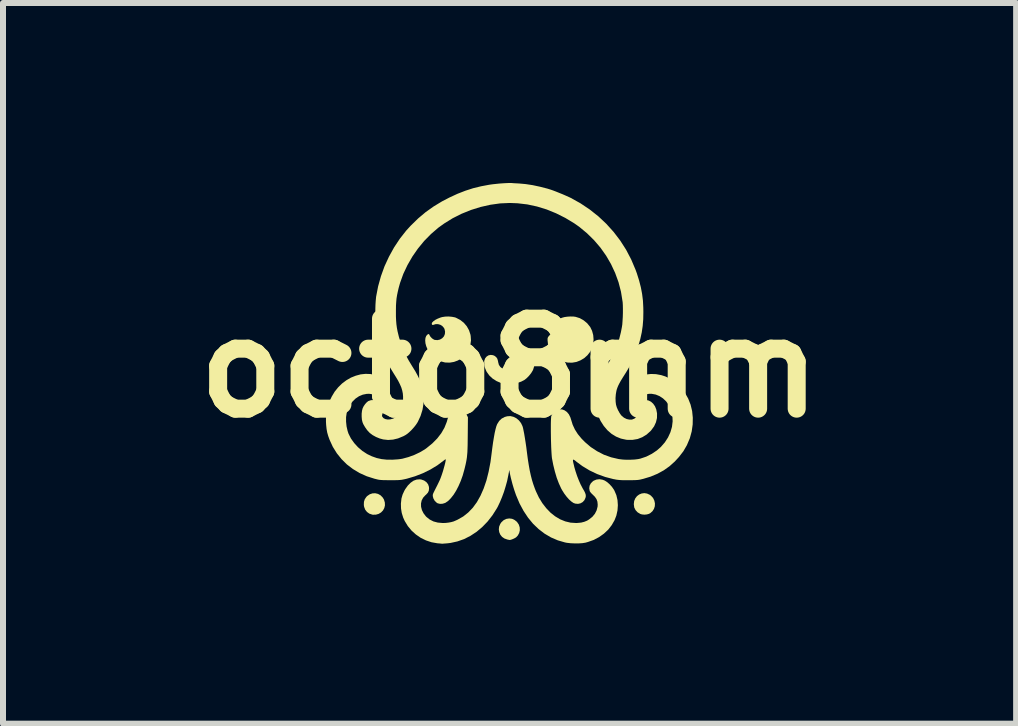
<source format=kicad_pcb>
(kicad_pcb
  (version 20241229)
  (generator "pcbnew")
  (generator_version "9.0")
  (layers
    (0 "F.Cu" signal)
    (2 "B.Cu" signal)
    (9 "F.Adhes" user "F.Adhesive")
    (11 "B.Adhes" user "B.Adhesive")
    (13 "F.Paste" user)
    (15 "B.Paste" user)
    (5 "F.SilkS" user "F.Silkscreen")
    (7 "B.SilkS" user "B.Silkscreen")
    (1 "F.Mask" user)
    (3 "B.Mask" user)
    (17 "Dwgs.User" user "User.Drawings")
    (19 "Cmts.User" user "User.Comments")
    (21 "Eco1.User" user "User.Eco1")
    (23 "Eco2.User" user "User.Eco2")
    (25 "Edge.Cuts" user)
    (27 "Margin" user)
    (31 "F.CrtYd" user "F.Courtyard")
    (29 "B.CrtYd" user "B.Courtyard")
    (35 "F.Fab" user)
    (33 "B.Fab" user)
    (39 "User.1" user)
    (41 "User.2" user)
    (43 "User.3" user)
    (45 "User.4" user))
  (footprint "octo8mm"
    (layer "F.Cu")
    (at 5.443 3.083)
    (property "Reference" "octo8mm" (at 0 0 0) (layer "F.SilkS") (effects (font (size 1.5 1.5) (thickness 0.3))))
    (attr board_only exclude_from_pos_files exclude_from_bom)
    (fp_poly (pts (xy -2.192 2.099) (xy -2.151 2.122) (xy -2.116 2.157) (xy -2.094 2.192) (xy -2.079 2.242) (xy -2.077 2.29) (xy -2.088 2.335) (xy -2.11 2.375) (xy -2.142 2.408) (xy -2.182 2.432) (xy -2.228 2.445) (xy -2.279 2.446) (xy -2.289 2.444) (xy -2.337 2.428) (xy -2.376 2.4) (xy -2.406 2.362) (xy -2.424 2.315) (xy -2.429 2.284) (xy -2.427 2.231) (xy -2.413 2.187) (xy -2.386 2.148) (xy -2.372 2.134) (xy -2.33 2.105) (xy -2.284 2.09) (xy -2.238 2.088)) (stroke (width 0) (type solid)) (fill yes) (layer "F.SilkS"))
    (fp_poly (pts (xy 2.291 2.093) (xy 2.335 2.113) (xy 2.357 2.129) (xy 2.392 2.167) (xy 2.413 2.211) (xy 2.423 2.257) (xy 2.421 2.304) (xy 2.407 2.348) (xy 2.382 2.387) (xy 2.346 2.419) (xy 2.324 2.431) (xy 2.289 2.441) (xy 2.247 2.445) (xy 2.207 2.441) (xy 2.181 2.434) (xy 2.134 2.406) (xy 2.1 2.369) (xy 2.078 2.325) (xy 2.071 2.272) (xy 2.071 2.268) (xy 2.077 2.217) (xy 2.096 2.172) (xy 2.124 2.136) (xy 2.16 2.109) (xy 2.201 2.092) (xy 2.246 2.086)) (stroke (width 0) (type solid)) (fill yes) (layer "F.SilkS"))
    (fp_poly (pts (xy 0.042 2.514) (xy 0.086 2.535) (xy 0.126 2.568) (xy 0.126 2.569) (xy 0.154 2.61) (xy 0.169 2.657) (xy 0.171 2.705) (xy 0.16 2.751) (xy 0.137 2.793) (xy 0.111 2.821) (xy 0.091 2.834) (xy 0.065 2.847) (xy 0.038 2.858) (xy 0.015 2.865) (xy 0.001 2.867) (xy -0.009 2.865) (xy -0.029 2.861) (xy -0.038 2.859) (xy -0.086 2.842) (xy -0.125 2.815) (xy -0.154 2.779) (xy -0.172 2.737) (xy -0.179 2.692) (xy -0.174 2.645) (xy -0.155 2.599) (xy -0.134 2.569) (xy -0.096 2.535) (xy -0.052 2.515) (xy -0.005 2.508)) (stroke (width 0) (type solid)) (fill yes) (layer "F.SilkS"))
    (fp_poly (pts (xy -0.276 -0.213) (xy -0.25 -0.202) (xy -0.223 -0.181) (xy -0.204 -0.154) (xy -0.193 -0.116) (xy -0.19 -0.097) (xy -0.178 -0.052) (xy -0.153 -0.016) (xy -0.117 0.011) (xy -0.069 0.028) (xy -0.012 0.035) (xy -0.004 0.035) (xy 0.056 0.03) (xy 0.105 0.012) (xy 0.145 -0.016) (xy 0.148 -0.019) (xy 0.165 -0.039) (xy 0.175 -0.061) (xy 0.181 -0.092) (xy 0.181 -0.094) (xy 0.19 -0.14) (xy 0.205 -0.173) (xy 0.227 -0.197) (xy 0.237 -0.203) (xy 0.273 -0.217) (xy 0.311 -0.217) (xy 0.348 -0.205) (xy 0.379 -0.181) (xy 0.398 -0.156) (xy 0.411 -0.119) (xy 0.414 -0.073) (xy 0.409 -0.024) (xy 0.394 0.025) (xy 0.386 0.043) (xy 0.359 0.087) (xy 0.323 0.132) (xy 0.282 0.173) (xy 0.244 0.202) (xy 0.193 0.228) (xy 0.133 0.249) (xy 0.068 0.264) (xy 0.004 0.271) (xy -0.055 0.27) (xy -0.066 0.269) (xy -0.144 0.25) (xy -0.216 0.219) (xy -0.281 0.178) (xy -0.336 0.127) (xy -0.378 0.069) (xy -0.386 0.056) (xy -0.409 0.001) (xy -0.421 -0.054) (xy -0.423 -0.105) (xy -0.422 -0.118) (xy -0.408 -0.159) (xy -0.384 -0.189) (xy -0.352 -0.21) (xy -0.315 -0.218)) (stroke (width 0) (type solid)) (fill yes) (layer "F.SilkS"))
    (fp_poly (pts (xy -0.96 -0.853) (xy -0.909 -0.843) (xy -0.891 -0.836) (xy -0.822 -0.8) (xy -0.762 -0.753) (xy -0.713 -0.695) (xy -0.676 -0.629) (xy -0.652 -0.556) (xy -0.648 -0.533) (xy -0.643 -0.459) (xy -0.653 -0.388) (xy -0.675 -0.321) (xy -0.708 -0.26) (xy -0.751 -0.206) (xy -0.802 -0.161) (xy -0.861 -0.125) (xy -0.926 -0.101) (xy -0.996 -0.089) (xy -1.068 -0.091) (xy -1.086 -0.094) (xy -1.16 -0.114) (xy -1.226 -0.148) (xy -1.285 -0.196) (xy -1.305 -0.218) (xy -1.341 -0.263) (xy -1.368 -0.312) (xy -1.389 -0.363) (xy -1.402 -0.412) (xy -1.406 -0.459) (xy -1.402 -0.5) (xy -1.389 -0.534) (xy -1.367 -0.558) (xy -1.36 -0.562) (xy -1.348 -0.566) (xy -1.34 -0.56) (xy -1.335 -0.549) (xy -1.318 -0.52) (xy -1.292 -0.493) (xy -1.261 -0.473) (xy -1.248 -0.468) (xy -1.204 -0.464) (xy -1.161 -0.473) (xy -1.123 -0.495) (xy -1.093 -0.528) (xy -1.093 -0.529) (xy -1.078 -0.566) (xy -1.075 -0.607) (xy -1.084 -0.648) (xy -1.093 -0.667) (xy -1.12 -0.698) (xy -1.155 -0.72) (xy -1.194 -0.731) (xy -1.233 -0.73) (xy -1.25 -0.725) (xy -1.276 -0.717) (xy -1.291 -0.72) (xy -1.297 -0.734) (xy -1.297 -0.738) (xy -1.29 -0.758) (xy -1.269 -0.779) (xy -1.239 -0.801) (xy -1.2 -0.821) (xy -1.155 -0.839) (xy -1.125 -0.848) (xy -1.074 -0.856) (xy -1.017 -0.858)) (stroke (width 0) (type solid)) (fill yes) (layer "F.SilkS"))
    (fp_poly (pts (xy 1.066 -0.857) (xy 1.101 -0.852) (xy 1.171 -0.83) (xy 1.236 -0.793) (xy 1.293 -0.746) (xy 1.34 -0.688) (xy 1.344 -0.683) (xy 1.375 -0.619) (xy 1.394 -0.549) (xy 1.4 -0.477) (xy 1.394 -0.404) (xy 1.375 -0.334) (xy 1.344 -0.271) (xy 1.298 -0.212) (xy 1.243 -0.163) (xy 1.18 -0.126) (xy 1.112 -0.1) (xy 1.042 -0.088) (xy 0.97 -0.09) (xy 0.934 -0.097) (xy 0.867 -0.119) (xy 0.809 -0.152) (xy 0.755 -0.198) (xy 0.751 -0.201) (xy 0.699 -0.264) (xy 0.662 -0.329) (xy 0.64 -0.399) (xy 0.633 -0.466) (xy 0.634 -0.494) (xy 0.641 -0.514) (xy 0.656 -0.533) (xy 0.657 -0.535) (xy 0.673 -0.551) (xy 0.685 -0.561) (xy 0.688 -0.563) (xy 0.695 -0.556) (xy 0.704 -0.54) (xy 0.706 -0.537) (xy 0.728 -0.504) (xy 0.759 -0.48) (xy 0.797 -0.466) (xy 0.836 -0.464) (xy 0.851 -0.468) (xy 0.893 -0.487) (xy 0.925 -0.516) (xy 0.946 -0.553) (xy 0.953 -0.594) (xy 0.946 -0.639) (xy 0.925 -0.678) (xy 0.893 -0.708) (xy 0.851 -0.728) (xy 0.825 -0.733) (xy 0.799 -0.73) (xy 0.789 -0.727) (xy 0.766 -0.721) (xy 0.752 -0.722) (xy 0.748 -0.725) (xy 0.744 -0.739) (xy 0.752 -0.758) (xy 0.771 -0.778) (xy 0.8 -0.799) (xy 0.836 -0.82) (xy 0.874 -0.837) (xy 0.914 -0.848) (xy 0.963 -0.855) (xy 1.016 -0.858)) (stroke (width 0) (type solid)) (fill yes) (layer "F.SilkS"))
    (fp_poly (pts (xy 2.44 0.103) (xy 2.527 0.119) (xy 2.596 0.141) (xy 2.651 0.167) (xy 2.71 0.204) (xy 2.77 0.249) (xy 2.827 0.301) (xy 2.878 0.355) (xy 2.92 0.41) (xy 2.923 0.414) (xy 2.977 0.51) (xy 3.017 0.611) (xy 3.043 0.718) (xy 3.054 0.829) (xy 3.052 0.942) (xy 3.036 1.056) (xy 3.005 1.17) (xy 3 1.182) (xy 2.955 1.288) (xy 2.897 1.388) (xy 2.823 1.484) (xy 2.754 1.559) (xy 2.666 1.638) (xy 2.57 1.706) (xy 2.466 1.763) (xy 2.351 1.811) (xy 2.225 1.849) (xy 2.211 1.852) (xy 2.183 1.859) (xy 2.157 1.864) (xy 2.13 1.867) (xy 2.098 1.869) (xy 2.059 1.87) (xy 2.008 1.871) (xy 1.981 1.871) (xy 1.923 1.871) (xy 1.877 1.87) (xy 1.84 1.868) (xy 1.808 1.865) (xy 1.777 1.861) (xy 1.743 1.854) (xy 1.734 1.853) (xy 1.595 1.817) (xy 1.46 1.768) (xy 1.332 1.707) (xy 1.213 1.635) (xy 1.117 1.564) (xy 1.092 1.543) (xy 1.073 1.531) (xy 1.062 1.527) (xy 1.057 1.534) (xy 1.057 1.553) (xy 1.063 1.583) (xy 1.074 1.628) (xy 1.078 1.647) (xy 1.1 1.723) (xy 1.126 1.801) (xy 1.155 1.875) (xy 1.185 1.943) (xy 1.215 2) (xy 1.218 2.006) (xy 1.244 2.05) (xy 1.26 2.084) (xy 1.269 2.112) (xy 1.271 2.137) (xy 1.266 2.162) (xy 1.248 2.203) (xy 1.219 2.235) (xy 1.182 2.256) (xy 1.141 2.265) (xy 1.096 2.261) (xy 1.065 2.25) (xy 1.03 2.226) (xy 0.991 2.191) (xy 0.951 2.146) (xy 0.912 2.094) (xy 0.876 2.037) (xy 0.86 2.008) (xy 0.822 1.925) (xy 0.786 1.83) (xy 0.755 1.725) (xy 0.728 1.615) (xy 0.706 1.501) (xy 0.706 1.5) (xy 0.703 1.471) (xy 0.7 1.43) (xy 0.697 1.379) (xy 0.694 1.321) (xy 0.692 1.258) (xy 0.69 1.192) (xy 0.689 1.124) (xy 0.688 1.058) (xy 0.688 0.995) (xy 0.688 0.937) (xy 0.689 0.887) (xy 0.691 0.846) (xy 0.693 0.817) (xy 0.695 0.803) (xy 0.713 0.767) (xy 0.741 0.733) (xy 0.775 0.707) (xy 0.785 0.702) (xy 0.831 0.689) (xy 0.875 0.691) (xy 0.917 0.706) (xy 0.955 0.733) (xy 0.988 0.772) (xy 1.013 0.822) (xy 1.026 0.863) (xy 1.052 0.947) (xy 1.089 1.026) (xy 1.138 1.103) (xy 1.2 1.178) (xy 1.256 1.235) (xy 1.353 1.318) (xy 1.46 1.388) (xy 1.573 1.446) (xy 1.693 1.489) (xy 1.818 1.518) (xy 1.832 1.52) (xy 1.891 1.527) (xy 1.955 1.53) (xy 2.022 1.529) (xy 2.085 1.526) (xy 2.142 1.519) (xy 2.18 1.511) (xy 2.278 1.478) (xy 2.371 1.431) (xy 2.456 1.374) (xy 2.521 1.317) (xy 2.588 1.24) (xy 2.641 1.158) (xy 2.681 1.071) (xy 2.707 0.981) (xy 2.718 0.889) (xy 2.714 0.797) (xy 2.707 0.752) (xy 2.685 0.68) (xy 2.652 0.614) (xy 2.609 0.556) (xy 2.557 0.507) (xy 2.499 0.469) (xy 2.436 0.443) (xy 2.371 0.431) (xy 2.342 0.43) (xy 2.317 0.432) (xy 2.29 0.437) (xy 2.257 0.447) (xy 2.239 0.453) (xy 2.188 0.468) (xy 2.148 0.475) (xy 2.114 0.473) (xy 2.085 0.462) (xy 2.067 0.45) (xy 2.034 0.416) (xy 2.014 0.377) (xy 2.008 0.334) (xy 2.016 0.29) (xy 2.037 0.247) (xy 2.072 0.206) (xy 2.073 0.206) (xy 2.132 0.162) (xy 2.2 0.129) (xy 2.275 0.109) (xy 2.356 0.1)) (stroke (width 0) (type solid)) (fill yes) (layer "F.SilkS"))
    (fp_poly (pts (xy -2.32 0.101) (xy -2.242 0.117) (xy -2.168 0.147) (xy -2.145 0.16) (xy -2.095 0.194) (xy -2.059 0.228) (xy -2.034 0.265) (xy -2.031 0.27) (xy -2.018 0.313) (xy -2.019 0.356) (xy -2.032 0.396) (xy -2.056 0.431) (xy -2.09 0.457) (xy -2.131 0.473) (xy -2.14 0.474) (xy -2.162 0.475) (xy -2.189 0.471) (xy -2.225 0.46) (xy -2.247 0.453) (xy -2.284 0.441) (xy -2.312 0.434) (xy -2.336 0.431) (xy -2.361 0.431) (xy -2.382 0.432) (xy -2.447 0.445) (xy -2.509 0.471) (xy -2.567 0.51) (xy -2.618 0.56) (xy -2.661 0.62) (xy -2.695 0.687) (xy -2.715 0.751) (xy -2.725 0.819) (xy -2.725 0.895) (xy -2.717 0.973) (xy -2.7 1.048) (xy -2.684 1.096) (xy -2.644 1.175) (xy -2.59 1.251) (xy -2.526 1.321) (xy -2.453 1.383) (xy -2.373 1.435) (xy -2.296 1.472) (xy -2.214 1.501) (xy -2.133 1.519) (xy -2.049 1.528) (xy -1.956 1.529) (xy -1.953 1.529) (xy -1.907 1.526) (xy -1.861 1.523) (xy -1.82 1.518) (xy -1.789 1.513) (xy -1.785 1.512) (xy -1.685 1.485) (xy -1.587 1.449) (xy -1.494 1.405) (xy -1.411 1.356) (xy -1.385 1.337) (xy -1.287 1.257) (xy -1.205 1.174) (xy -1.138 1.087) (xy -1.085 0.995) (xy -1.047 0.9) (xy -1.042 0.883) (xy -1.032 0.847) (xy -1.021 0.815) (xy -1.011 0.789) (xy -1.008 0.781) (xy -0.979 0.741) (xy -0.942 0.711) (xy -0.899 0.693) (xy -0.853 0.688) (xy -0.807 0.697) (xy -0.799 0.7) (xy -0.764 0.719) (xy -0.736 0.747) (xy -0.713 0.784) (xy -0.694 0.822) (xy -0.697 1.132) (xy -0.698 1.217) (xy -0.699 1.29) (xy -0.701 1.351) (xy -0.703 1.403) (xy -0.707 1.448) (xy -0.711 1.49) (xy -0.717 1.529) (xy -0.724 1.568) (xy -0.733 1.61) (xy -0.744 1.656) (xy -0.754 1.696) (xy -0.781 1.792) (xy -0.814 1.884) (xy -0.851 1.969) (xy -0.891 2.046) (xy -0.933 2.113) (xy -0.978 2.17) (xy -1.022 2.215) (xy -1.067 2.246) (xy -1.075 2.25) (xy -1.117 2.263) (xy -1.159 2.265) (xy -1.197 2.256) (xy -1.212 2.248) (xy -1.247 2.215) (xy -1.27 2.174) (xy -1.278 2.144) (xy -1.28 2.124) (xy -1.278 2.106) (xy -1.27 2.085) (xy -1.256 2.057) (xy -1.254 2.052) (xy -1.223 1.991) (xy -1.198 1.941) (xy -1.178 1.9) (xy -1.161 1.864) (xy -1.148 1.831) (xy -1.136 1.798) (xy -1.124 1.763) (xy -1.109 1.717) (xy -1.096 1.67) (xy -1.083 1.624) (xy -1.073 1.584) (xy -1.066 1.551) (xy -1.063 1.529) (xy -1.063 1.526) (xy -1.067 1.523) (xy -1.081 1.53) (xy -1.1 1.545) (xy -1.204 1.623) (xy -1.32 1.693) (xy -1.444 1.754) (xy -1.575 1.805) (xy -1.71 1.845) (xy -1.744 1.853) (xy -1.773 1.859) (xy -1.8 1.864) (xy -1.828 1.867) (xy -1.859 1.869) (xy -1.898 1.87) (xy -1.947 1.871) (xy -1.992 1.871) (xy -2.049 1.87) (xy -2.092 1.87) (xy -2.126 1.868) (xy -2.154 1.866) (xy -2.179 1.863) (xy -2.203 1.858) (xy -2.23 1.851) (xy -2.251 1.846) (xy -2.38 1.805) (xy -2.5 1.751) (xy -2.61 1.685) (xy -2.711 1.608) (xy -2.8 1.52) (xy -2.879 1.422) (xy -2.946 1.314) (xy -2.999 1.199) (xy -3.022 1.136) (xy -3.039 1.077) (xy -3.05 1.017) (xy -3.057 0.95) (xy -3.06 0.898) (xy -3.06 0.807) (xy -3.051 0.722) (xy -3.032 0.641) (xy -3.003 0.559) (xy -2.964 0.477) (xy -2.915 0.395) (xy -2.857 0.323) (xy -2.792 0.259) (xy -2.72 0.205) (xy -2.644 0.161) (xy -2.564 0.129) (xy -2.483 0.107) (xy -2.401 0.098)) (stroke (width 0) (type solid)) (fill yes) (layer "F.SilkS"))
    (fp_poly (pts (xy 0.065 0.814) (xy 0.113 0.838) (xy 0.156 0.874) (xy 0.191 0.919) (xy 0.215 0.969) (xy 0.224 0.999) (xy 0.233 1.043) (xy 0.244 1.098) (xy 0.255 1.165) (xy 0.267 1.24) (xy 0.279 1.322) (xy 0.289 1.402) (xy 0.304 1.517) (xy 0.32 1.618) (xy 0.336 1.708) (xy 0.354 1.79) (xy 0.373 1.865) (xy 0.395 1.936) (xy 0.42 2.006) (xy 0.438 2.052) (xy 0.488 2.158) (xy 0.546 2.253) (xy 0.612 2.338) (xy 0.683 2.412) (xy 0.76 2.473) (xy 0.842 2.522) (xy 0.928 2.557) (xy 1.016 2.578) (xy 1.107 2.584) (xy 1.133 2.583) (xy 1.194 2.577) (xy 1.245 2.564) (xy 1.292 2.545) (xy 1.326 2.524) (xy 1.38 2.481) (xy 1.422 2.43) (xy 1.451 2.373) (xy 1.467 2.311) (xy 1.469 2.277) (xy 1.464 2.228) (xy 1.449 2.186) (xy 1.422 2.147) (xy 1.39 2.115) (xy 1.367 2.093) (xy 1.348 2.071) (xy 1.337 2.054) (xy 1.336 2.052) (xy 1.328 2.006) (xy 1.334 1.962) (xy 1.355 1.922) (xy 1.388 1.889) (xy 1.402 1.879) (xy 1.448 1.86) (xy 1.499 1.854) (xy 1.551 1.863) (xy 1.587 1.877) (xy 1.626 1.902) (xy 1.667 1.938) (xy 1.706 1.981) (xy 1.738 2.027) (xy 1.748 2.045) (xy 1.78 2.12) (xy 1.799 2.202) (xy 1.805 2.287) (xy 1.799 2.374) (xy 1.78 2.46) (xy 1.75 2.537) (xy 1.703 2.619) (xy 1.644 2.695) (xy 1.572 2.762) (xy 1.492 2.819) (xy 1.403 2.866) (xy 1.307 2.9) (xy 1.264 2.912) (xy 1.212 2.92) (xy 1.15 2.924) (xy 1.083 2.924) (xy 1.016 2.921) (xy 0.955 2.914) (xy 0.924 2.908) (xy 0.804 2.873) (xy 0.69 2.824) (xy 0.583 2.761) (xy 0.484 2.685) (xy 0.392 2.597) (xy 0.308 2.495) (xy 0.233 2.382) (xy 0.166 2.257) (xy 0.108 2.12) (xy 0.08 2.039) (xy 0.064 1.988) (xy 0.048 1.934) (xy 0.034 1.88) (xy 0.021 1.83) (xy 0.011 1.784) (xy 0.003 1.748) (xy 0.000145 1.723) (xy 0 1.719) (xy -0.001 1.705) (xy -0.003 1.705) (xy -0.007 1.719) (xy -0.013 1.747) (xy -0.021 1.79) (xy -0.023 1.798) (xy -0.04 1.882) (xy -0.065 1.972) (xy -0.093 2.064) (xy -0.126 2.153) (xy -0.161 2.237) (xy -0.196 2.311) (xy -0.212 2.34) (xy -0.285 2.455) (xy -0.366 2.559) (xy -0.455 2.651) (xy -0.55 2.731) (xy -0.652 2.798) (xy -0.758 2.852) (xy -0.869 2.891) (xy -0.982 2.916) (xy -1.03 2.922) (xy -1.065 2.925) (xy -1.096 2.927) (xy -1.117 2.929) (xy -1.125 2.929) (xy -1.138 2.928) (xy -1.162 2.925) (xy -1.192 2.923) (xy -1.203 2.922) (xy -1.3 2.905) (xy -1.393 2.874) (xy -1.481 2.831) (xy -1.562 2.775) (xy -1.634 2.71) (xy -1.696 2.635) (xy -1.747 2.551) (xy -1.773 2.494) (xy -1.797 2.417) (xy -1.809 2.342) (xy -1.811 2.263) (xy -1.81 2.251) (xy -1.802 2.176) (xy -1.783 2.11) (xy -1.753 2.045) (xy -1.738 2.019) (xy -1.695 1.959) (xy -1.648 1.912) (xy -1.599 1.878) (xy -1.548 1.86) (xy -1.496 1.856) (xy -1.473 1.859) (xy -1.424 1.876) (xy -1.386 1.903) (xy -1.358 1.939) (xy -1.344 1.981) (xy -1.342 2.008) (xy -1.346 2.046) (xy -1.361 2.078) (xy -1.389 2.109) (xy -1.403 2.121) (xy -1.44 2.161) (xy -1.465 2.208) (xy -1.476 2.259) (xy -1.475 2.313) (xy -1.461 2.368) (xy -1.434 2.422) (xy -1.395 2.473) (xy -1.385 2.483) (xy -1.331 2.526) (xy -1.268 2.558) (xy -1.196 2.577) (xy -1.117 2.584) (xy -1.067 2.583) (xy -1.015 2.577) (xy -0.973 2.569) (xy -0.933 2.558) (xy -0.891 2.54) (xy -0.863 2.527) (xy -0.772 2.475) (xy -0.689 2.409) (xy -0.613 2.33) (xy -0.545 2.237) (xy -0.485 2.13) (xy -0.432 2.01) (xy -0.386 1.876) (xy -0.349 1.729) (xy -0.318 1.568) (xy -0.301 1.438) (xy -0.288 1.335) (xy -0.275 1.241) (xy -0.261 1.156) (xy -0.248 1.083) (xy -0.234 1.022) (xy -0.221 0.974) (xy -0.208 0.94) (xy -0.207 0.937) (xy -0.173 0.883) (xy -0.132 0.844) (xy -0.082 0.817) (xy -0.038 0.805) (xy 0.014 0.802)) (stroke (width 0) (type solid)) (fill yes) (layer "F.SilkS"))
    (fp_poly (pts (xy 0.027 -3.083) (xy 0.04 -3.082) (xy 0.063 -3.08) (xy 0.096 -3.078) (xy 0.134 -3.076) (xy 0.156 -3.075) (xy 0.267 -3.065) (xy 0.385 -3.047) (xy 0.507 -3.021) (xy 0.628 -2.99) (xy 0.68 -2.974) (xy 0.721 -2.96) (xy 0.771 -2.941) (xy 0.828 -2.918) (xy 0.885 -2.895) (xy 0.94 -2.871) (xy 0.989 -2.849) (xy 1.017 -2.836) (xy 1.181 -2.745) (xy 1.335 -2.642) (xy 1.479 -2.528) (xy 1.612 -2.403) (xy 1.734 -2.268) (xy 1.844 -2.124) (xy 1.942 -1.971) (xy 2.027 -1.809) (xy 2.099 -1.639) (xy 2.121 -1.579) (xy 2.159 -1.458) (xy 2.188 -1.345) (xy 2.209 -1.235) (xy 2.223 -1.122) (xy 2.229 -1.004) (xy 2.23 -0.934) (xy 2.228 -0.813) (xy 2.219 -0.701) (xy 2.203 -0.592) (xy 2.179 -0.483) (xy 2.146 -0.367) (xy 2.132 -0.323) (xy 2.096 -0.226) (xy 2.054 -0.129) (xy 2.003 -0.031) (xy 1.942 0.073) (xy 1.921 0.106) (xy 1.883 0.166) (xy 1.852 0.217) (xy 1.829 0.259) (xy 1.811 0.295) (xy 1.797 0.329) (xy 1.786 0.361) (xy 1.781 0.381) (xy 1.771 0.438) (xy 1.766 0.501) (xy 1.768 0.563) (xy 1.774 0.611) (xy 1.787 0.656) (xy 1.808 0.704) (xy 1.833 0.749) (xy 1.859 0.787) (xy 1.868 0.796) (xy 1.907 0.829) (xy 1.952 0.851) (xy 1.997 0.861) (xy 2.041 0.86) (xy 2.079 0.845) (xy 2.081 0.844) (xy 2.104 0.825) (xy 2.114 0.802) (xy 2.111 0.773) (xy 2.105 0.754) (xy 2.095 0.707) (xy 2.099 0.66) (xy 2.116 0.617) (xy 2.145 0.58) (xy 2.176 0.557) (xy 2.224 0.538) (xy 2.271 0.533) (xy 2.316 0.542) (xy 2.358 0.563) (xy 2.394 0.596) (xy 2.424 0.639) (xy 2.445 0.691) (xy 2.457 0.752) (xy 2.458 0.76) (xy 2.457 0.834) (xy 2.44 0.905) (xy 2.409 0.973) (xy 2.362 1.037) (xy 2.348 1.053) (xy 2.283 1.111) (xy 2.212 1.154) (xy 2.135 1.184) (xy 2.052 1.198) (xy 1.966 1.198) (xy 1.943 1.196) (xy 1.856 1.177) (xy 1.775 1.144) (xy 1.7 1.098) (xy 1.631 1.038) (xy 1.57 0.966) (xy 1.517 0.883) (xy 1.473 0.788) (xy 1.443 0.703) (xy 1.434 0.662) (xy 1.428 0.61) (xy 1.424 0.552) (xy 1.423 0.494) (xy 1.425 0.439) (xy 1.43 0.4) (xy 1.453 0.299) (xy 1.491 0.195) (xy 1.543 0.089) (xy 1.596 0.002) (xy 1.671 -0.12) (xy 1.733 -0.239) (xy 1.784 -0.355) (xy 1.825 -0.474) (xy 1.856 -0.597) (xy 1.872 -0.68) (xy 1.879 -0.726) (xy 1.883 -0.785) (xy 1.887 -0.85) (xy 1.889 -0.918) (xy 1.889 -0.985) (xy 1.888 -1.046) (xy 1.885 -1.097) (xy 1.883 -1.109) (xy 1.857 -1.271) (xy 1.816 -1.429) (xy 1.76 -1.583) (xy 1.691 -1.731) (xy 1.609 -1.872) (xy 1.515 -2.005) (xy 1.408 -2.13) (xy 1.29 -2.246) (xy 1.162 -2.352) (xy 1.078 -2.411) (xy 0.929 -2.501) (xy 0.775 -2.578) (xy 0.618 -2.642) (xy 0.458 -2.691) (xy 0.296 -2.726) (xy 0.134 -2.745) (xy 0.005 -2.75) (xy -0.157 -2.743) (xy -0.321 -2.72) (xy -0.484 -2.683) (xy -0.644 -2.633) (xy -0.8 -2.57) (xy -0.949 -2.495) (xy -1.091 -2.407) (xy -1.187 -2.338) (xy -1.31 -2.232) (xy -1.424 -2.116) (xy -1.528 -1.989) (xy -1.621 -1.855) (xy -1.702 -1.714) (xy -1.771 -1.568) (xy -1.825 -1.418) (xy -1.848 -1.336) (xy -1.863 -1.272) (xy -1.875 -1.214) (xy -1.884 -1.159) (xy -1.889 -1.103) (xy -1.893 -1.042) (xy -1.894 -0.97) (xy -1.894 -0.938) (xy -1.894 -0.858) (xy -1.891 -0.79) (xy -1.886 -0.729) (xy -1.878 -0.67) (xy -1.867 -0.611) (xy -1.851 -0.545) (xy -1.844 -0.517) (xy -1.814 -0.418) (xy -1.779 -0.322) (xy -1.736 -0.227) (xy -1.684 -0.13) (xy -1.622 -0.027) (xy -1.616 -0.018) (xy -1.568 0.06) (xy -1.53 0.13) (xy -1.499 0.194) (xy -1.474 0.257) (xy -1.469 0.272) (xy -1.442 0.376) (xy -1.431 0.483) (xy -1.434 0.59) (xy -1.451 0.696) (xy -1.483 0.799) (xy -1.529 0.898) (xy -1.54 0.916) (xy -1.562 0.949) (xy -1.591 0.986) (xy -1.625 1.024) (xy -1.64 1.04) (xy -1.676 1.074) (xy -1.706 1.099) (xy -1.736 1.119) (xy -1.771 1.138) (xy -1.774 1.139) (xy -1.859 1.174) (xy -1.942 1.194) (xy -2.024 1.2) (xy -2.106 1.191) (xy -2.165 1.175) (xy -2.226 1.15) (xy -2.282 1.119) (xy -2.329 1.084) (xy -2.335 1.078) (xy -2.374 1.036) (xy -2.409 0.986) (xy -2.438 0.936) (xy -2.451 0.904) (xy -2.461 0.862) (xy -2.465 0.813) (xy -2.465 0.76) (xy -2.459 0.711) (xy -2.449 0.673) (xy -2.432 0.638) (xy -2.408 0.603) (xy -2.381 0.573) (xy -2.355 0.552) (xy -2.352 0.551) (xy -2.308 0.536) (xy -2.261 0.535) (xy -2.215 0.546) (xy -2.173 0.569) (xy -2.138 0.601) (xy -2.116 0.636) (xy -2.104 0.674) (xy -2.104 0.712) (xy -2.116 0.755) (xy -2.116 0.757) (xy -2.124 0.781) (xy -2.126 0.797) (xy -2.122 0.811) (xy -2.12 0.814) (xy -2.1 0.837) (xy -2.07 0.852) (xy -2.032 0.859) (xy -1.991 0.857) (xy -1.949 0.847) (xy -1.929 0.838) (xy -1.881 0.804) (xy -1.842 0.759) (xy -1.811 0.701) (xy -1.789 0.634) (xy -1.777 0.558) (xy -1.775 0.53) (xy -1.775 0.475) (xy -1.779 0.425) (xy -1.789 0.376) (xy -1.804 0.326) (xy -1.827 0.273) (xy -1.857 0.213) (xy -1.897 0.146) (xy -1.929 0.095) (xy -1.996 -0.015) (xy -2.052 -0.118) (xy -2.099 -0.219) (xy -2.138 -0.32) (xy -2.17 -0.426) (xy -2.198 -0.541) (xy -2.222 -0.666) (xy -2.224 -0.676) (xy -2.229 -0.721) (xy -2.233 -0.777) (xy -2.236 -0.842) (xy -2.237 -0.912) (xy -2.237 -0.984) (xy -2.235 -1.053) (xy -2.231 -1.116) (xy -2.226 -1.17) (xy -2.224 -1.189) (xy -2.191 -1.36) (xy -2.144 -1.529) (xy -2.084 -1.695) (xy -2.01 -1.855) (xy -1.925 -2.009) (xy -1.829 -2.154) (xy -1.723 -2.289) (xy -1.645 -2.374) (xy -1.523 -2.493) (xy -1.398 -2.598) (xy -1.267 -2.691) (xy -1.127 -2.776) (xy -1.004 -2.84) (xy -0.868 -2.903) (xy -0.737 -2.954) (xy -0.607 -2.996) (xy -0.476 -3.028) (xy -0.338 -3.054) (xy -0.331 -3.055) (xy -0.28 -3.062) (xy -0.224 -3.068) (xy -0.166 -3.074) (xy -0.108 -3.078) (xy -0.055 -3.081) (xy -0.009 -3.083)) (stroke (width 0) (type solid)) (fill yes) (layer "F.SilkS")))
  (gr_rect
    (start -3 -3)
    (end 13.886 9.012)
    (stroke (width 0.1) (type default))
    (fill no)
    (layer "Edge.Cuts")))
</source>
